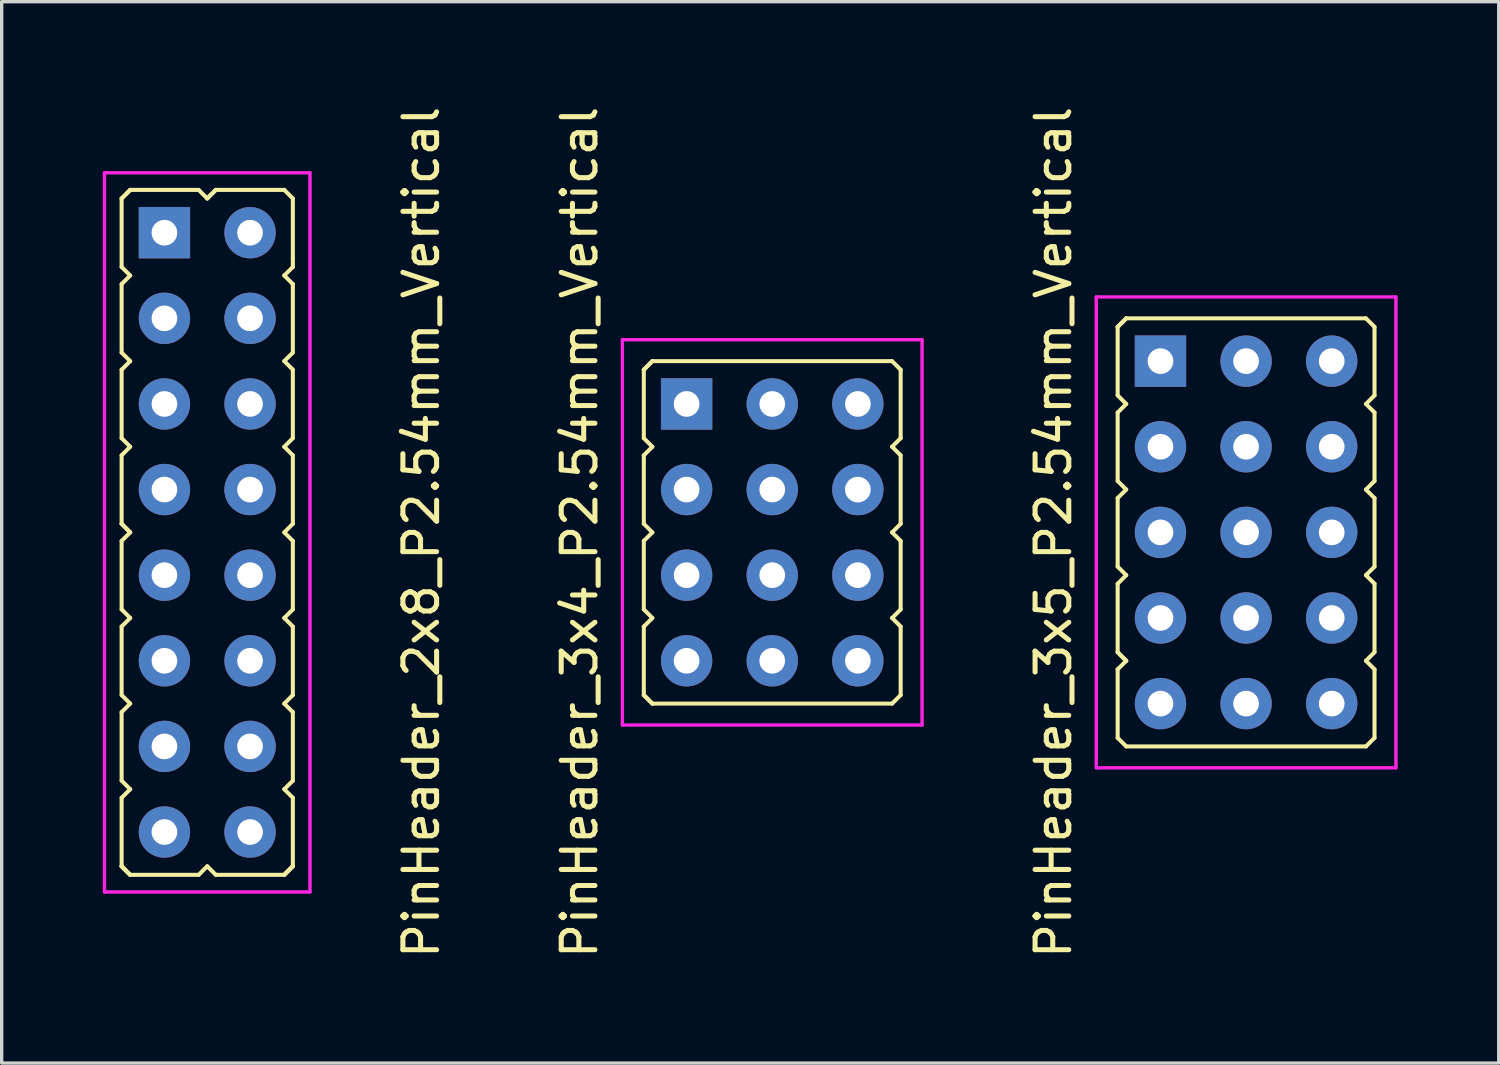
<source format=kicad_pcb>
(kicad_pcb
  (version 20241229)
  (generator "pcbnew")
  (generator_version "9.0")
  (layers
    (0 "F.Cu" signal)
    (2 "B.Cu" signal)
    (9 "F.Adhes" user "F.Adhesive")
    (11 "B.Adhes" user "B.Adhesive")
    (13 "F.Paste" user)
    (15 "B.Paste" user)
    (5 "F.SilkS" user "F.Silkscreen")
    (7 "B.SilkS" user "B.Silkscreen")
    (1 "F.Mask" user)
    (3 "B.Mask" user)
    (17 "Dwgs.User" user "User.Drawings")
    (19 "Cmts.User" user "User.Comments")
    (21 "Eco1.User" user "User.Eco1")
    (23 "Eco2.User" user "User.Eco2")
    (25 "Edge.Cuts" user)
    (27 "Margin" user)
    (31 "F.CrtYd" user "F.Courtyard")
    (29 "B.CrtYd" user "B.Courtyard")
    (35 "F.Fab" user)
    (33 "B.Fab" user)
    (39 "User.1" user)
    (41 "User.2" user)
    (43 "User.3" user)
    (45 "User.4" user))
  (footprint "PinHeader_3x5_P2.54mm_Vertical"
    (layer "F.Cu")
    (at 33.918 12.744)
    (property "Reference" "PinHeader_3x5_P2.54mm_Vertical" (at -5.715 0 270) (layer "F.SilkS") (effects (font (size 1 1) (thickness 0.15))))
    (attr through_hole)
    (fp_line (start -3.81 -6.096) (end -3.556 -6.35) (stroke (width 0.12) (type solid)) (layer "F.SilkS"))
    (fp_line (start -3.81 -6.096) (end -3.556 -6.35) (stroke (width 0.12) (type solid)) (layer "F.SilkS"))
    (fp_line (start -3.81 -4.064) (end -3.81 -6.096) (stroke (width 0.12) (type solid)) (layer "F.SilkS"))
    (fp_line (start -3.81 -3.556) (end -3.556 -3.81) (stroke (width 0.12) (type solid)) (layer "F.SilkS"))
    (fp_line (start -3.81 -1.524) (end -3.81 -3.556) (stroke (width 0.12) (type solid)) (layer "F.SilkS"))
    (fp_line (start -3.81 -1.016) (end -3.556 -1.27) (stroke (width 0.12) (type solid)) (layer "F.SilkS"))
    (fp_line (start -3.81 1.016) (end -3.81 -1.016) (stroke (width 0.12) (type solid)) (layer "F.SilkS"))
    (fp_line (start -3.81 1.524) (end -3.556 1.27) (stroke (width 0.12) (type solid)) (layer "F.SilkS"))
    (fp_line (start -3.81 3.556) (end -3.81 1.524) (stroke (width 0.12) (type solid)) (layer "F.SilkS"))
    (fp_line (start -3.81 4.064) (end -3.556 3.81) (stroke (width 0.12) (type solid)) (layer "F.SilkS"))
    (fp_line (start -3.81 6.096) (end -3.81 4.064) (stroke (width 0.12) (type solid)) (layer "F.SilkS"))
    (fp_line (start -3.556 -3.81) (end -3.81 -4.064) (stroke (width 0.12) (type solid)) (layer "F.SilkS"))
    (fp_line (start -3.556 -1.27) (end -3.81 -1.524) (stroke (width 0.12) (type solid)) (layer "F.SilkS"))
    (fp_line (start -3.556 1.27) (end -3.81 1.016) (stroke (width 0.12) (type solid)) (layer "F.SilkS"))
    (fp_line (start -3.556 3.81) (end -3.81 3.556) (stroke (width 0.12) (type solid)) (layer "F.SilkS"))
    (fp_line (start -3.556 3.81) (end -3.81 3.556) (stroke (width 0.12) (type solid)) (layer "F.SilkS"))
    (fp_line (start -3.556 6.35) (end -3.81 6.096) (stroke (width 0.12) (type solid)) (layer "F.SilkS"))
    (fp_line (start -3.556 6.35) (end 3.556 6.35) (stroke (width 0.12) (type solid)) (layer "F.SilkS"))
    (fp_line (start 3.549 -6.35) (end -3.556 -6.35) (stroke (width 0.12) (type solid)) (layer "F.SilkS"))
    (fp_line (start 3.556 -3.81) (end 3.81 -3.556) (stroke (width 0.12) (type solid)) (layer "F.SilkS"))
    (fp_line (start 3.556 -1.27) (end 3.81 -1.016) (stroke (width 0.12) (type solid)) (layer "F.SilkS"))
    (fp_line (start 3.556 1.27) (end 3.81 1.524) (stroke (width 0.12) (type solid)) (layer "F.SilkS"))
    (fp_line (start 3.556 3.81) (end 3.81 4.064) (stroke (width 0.12) (type solid)) (layer "F.SilkS"))
    (fp_line (start 3.81 -6.096) (end 3.556 -6.35) (stroke (width 0.12) (type solid)) (layer "F.SilkS"))
    (fp_line (start 3.81 -6.096) (end 3.81 -4.064) (stroke (width 0.12) (type solid)) (layer "F.SilkS"))
    (fp_line (start 3.81 -4.064) (end 3.556 -3.81) (stroke (width 0.12) (type solid)) (layer "F.SilkS"))
    (fp_line (start 3.81 -3.556) (end 3.81 -1.524) (stroke (width 0.12) (type solid)) (layer "F.SilkS"))
    (fp_line (start 3.81 -1.524) (end 3.556 -1.27) (stroke (width 0.12) (type solid)) (layer "F.SilkS"))
    (fp_line (start 3.81 -1.016) (end 3.81 1.016) (stroke (width 0.12) (type solid)) (layer "F.SilkS"))
    (fp_line (start 3.81 1.016) (end 3.556 1.27) (stroke (width 0.12) (type solid)) (layer "F.SilkS"))
    (fp_line (start 3.81 1.524) (end 3.81 3.556) (stroke (width 0.12) (type solid)) (layer "F.SilkS"))
    (fp_line (start 3.81 3.556) (end 3.556 3.81) (stroke (width 0.12) (type solid)) (layer "F.SilkS"))
    (fp_line (start 3.81 4.064) (end 3.81 6.096) (stroke (width 0.12) (type solid)) (layer "F.SilkS"))
    (fp_line (start 3.81 6.096) (end 3.556 6.35) (stroke (width 0.12) (type solid)) (layer "F.SilkS"))
    (fp_line (start -4.445 6.985) (end -4.445 -6.985) (stroke (width 0.1) (type solid)) (layer "F.CrtYd"))
    (fp_line (start 4.445 -6.985) (end -4.445 -6.985) (stroke (width 0.1) (type solid)) (layer "F.CrtYd"))
    (fp_line (start 4.445 -6.985) (end 4.445 6.985) (stroke (width 0.1) (type solid)) (layer "F.CrtYd"))
    (fp_line (start 4.445 6.985) (end -4.445 6.985) (stroke (width 0.1) (type solid)) (layer "F.CrtYd"))
    (pad "1" thru_hole rect (at -2.54 -5.08) (size 1.524 1.524) (drill 0.762) (layers "*.Cu" "*.Mask"))
    (pad "2" thru_hole oval (at -2.54 -2.54) (size 1.524 1.524) (drill 0.762) (layers "*.Cu" "*.Mask"))
    (pad "3" thru_hole oval (at -2.54 0) (size 1.524 1.524) (drill 0.762) (layers "*.Cu" "*.Mask"))
    (pad "4" thru_hole oval (at -2.54 2.54) (size 1.524 1.524) (drill 0.762) (layers "*.Cu" "*.Mask"))
    (pad "5" thru_hole oval (at -2.54 5.08) (size 1.524 1.524) (drill 0.762) (layers "*.Cu" "*.Mask"))
    (pad "6" thru_hole oval (at 0 -5.08) (size 1.524 1.524) (drill 0.762) (layers "*.Cu" "*.Mask"))
    (pad "7" thru_hole oval (at 0 -2.54) (size 1.524 1.524) (drill 0.762) (layers "*.Cu" "*.Mask"))
    (pad "8" thru_hole oval (at 0 0) (size 1.524 1.524) (drill 0.762) (layers "*.Cu" "*.Mask"))
    (pad "9" thru_hole oval (at 0 2.54) (size 1.524 1.524) (drill 0.762) (layers "*.Cu" "*.Mask"))
    (pad "10" thru_hole oval (at 0 5.08) (size 1.524 1.524) (drill 0.762) (layers "*.Cu" "*.Mask"))
    (pad "11" thru_hole oval (at 2.54 -5.08) (size 1.524 1.524) (drill 0.762) (layers "*.Cu" "*.Mask"))
    (pad "12" thru_hole oval (at 2.54 -2.54) (size 1.524 1.524) (drill 0.762) (layers "*.Cu" "*.Mask"))
    (pad "13" thru_hole oval (at 2.54 0) (size 1.524 1.524) (drill 0.762) (layers "*.Cu" "*.Mask"))
    (pad "14" thru_hole oval (at 2.54 2.54) (size 1.524 1.524) (drill 0.762) (layers "*.Cu" "*.Mask"))
    (pad "15" thru_hole oval (at 2.54 5.08) (size 1.524 1.524) (drill 0.762) (layers "*.Cu" "*.Mask")))
  (footprint "PinHeader_2x8_P2.54mm_Vertical"
    (layer "F.Cu")
    (at 3.098 12.744)
    (property "Reference" "PinHeader_2x8_P2.54mm_Vertical" (at 6.35 0 90) (layer "F.SilkS") (effects (font (size 1 1) (thickness 0.15))))
    (attr through_hole)
    (fp_line (start -2.54 -9.906) (end -2.286 -10.16) (stroke (width 0.12) (type solid)) (layer "F.SilkS"))
    (fp_line (start -2.54 -9.906) (end -2.286 -10.16) (stroke (width 0.12) (type solid)) (layer "F.SilkS"))
    (fp_line (start -2.54 -7.874) (end -2.54 -9.906) (stroke (width 0.12) (type solid)) (layer "F.SilkS"))
    (fp_line (start -2.54 -7.366) (end -2.286 -7.62) (stroke (width 0.12) (type solid)) (layer "F.SilkS"))
    (fp_line (start -2.54 -5.334) (end -2.54 -7.366) (stroke (width 0.12) (type solid)) (layer "F.SilkS"))
    (fp_line (start -2.54 -4.826) (end -2.286 -5.08) (stroke (width 0.12) (type solid)) (layer "F.SilkS"))
    (fp_line (start -2.54 -2.794) (end -2.54 -4.826) (stroke (width 0.12) (type solid)) (layer "F.SilkS"))
    (fp_line (start -2.54 -2.286) (end -2.286 -2.54) (stroke (width 0.12) (type solid)) (layer "F.SilkS"))
    (fp_line (start -2.54 -0.254) (end -2.54 -2.286) (stroke (width 0.12) (type solid)) (layer "F.SilkS"))
    (fp_line (start -2.54 0.254) (end -2.286 0) (stroke (width 0.12) (type solid)) (layer "F.SilkS"))
    (fp_line (start -2.54 2.286) (end -2.54 0.254) (stroke (width 0.12) (type solid)) (layer "F.SilkS"))
    (fp_line (start -2.54 2.286) (end -2.286 2.54) (stroke (width 0.12) (type solid)) (layer "F.SilkS"))
    (fp_line (start -2.54 2.794) (end -2.54 4.826) (stroke (width 0.12) (type solid)) (layer "F.SilkS"))
    (fp_line (start -2.54 2.794) (end -2.286 2.54) (stroke (width 0.12) (type solid)) (layer "F.SilkS"))
    (fp_line (start -2.54 5.334) (end -2.54 7.366) (stroke (width 0.12) (type solid)) (layer "F.SilkS"))
    (fp_line (start -2.54 5.334) (end -2.286 5.08) (stroke (width 0.12) (type solid)) (layer "F.SilkS"))
    (fp_line (start -2.54 9.906) (end -2.54 7.874) (stroke (width 0.12) (type solid)) (layer "F.SilkS"))
    (fp_line (start -2.286 -7.62) (end -2.54 -7.874) (stroke (width 0.12) (type solid)) (layer "F.SilkS"))
    (fp_line (start -2.286 -5.08) (end -2.54 -5.334) (stroke (width 0.12) (type solid)) (layer "F.SilkS"))
    (fp_line (start -2.286 -2.54) (end -2.54 -2.794) (stroke (width 0.12) (type solid)) (layer "F.SilkS"))
    (fp_line (start -2.286 0) (end -2.54 -0.254) (stroke (width 0.12) (type solid)) (layer "F.SilkS"))
    (fp_line (start -2.286 0) (end -2.54 -0.254) (stroke (width 0.12) (type solid)) (layer "F.SilkS"))
    (fp_line (start -2.286 5.08) (end -2.54 4.826) (stroke (width 0.12) (type solid)) (layer "F.SilkS"))
    (fp_line (start -2.286 7.62) (end -2.54 7.366) (stroke (width 0.12) (type solid)) (layer "F.SilkS"))
    (fp_line (start -2.286 7.62) (end -2.54 7.874) (stroke (width 0.12) (type solid)) (layer "F.SilkS"))
    (fp_line (start -2.286 10.159) (end -2.54 9.905) (stroke (width 0.12) (type solid)) (layer "F.SilkS"))
    (fp_line (start -2.286 10.16) (end -2.54 9.906) (stroke (width 0.12) (type solid)) (layer "F.SilkS"))
    (fp_line (start -2.286 10.16) (end -2.54 9.906) (stroke (width 0.12) (type solid)) (layer "F.SilkS"))
    (fp_line (start -2.286 10.16) (end -0.254 10.16) (stroke (width 0.12) (type solid)) (layer "F.SilkS"))
    (fp_line (start -0.254 -10.16) (end -2.286 -10.16) (stroke (width 0.12) (type solid)) (layer "F.SilkS"))
    (fp_line (start -0.254 10.16) (end 0 9.906) (stroke (width 0.12) (type solid)) (layer "F.SilkS"))
    (fp_line (start 0 -9.906) (end -0.254 -10.16) (stroke (width 0.12) (type solid)) (layer "F.SilkS"))
    (fp_line (start 0 -9.906) (end 0.254 -10.16) (stroke (width 0.12) (type solid)) (layer "F.SilkS"))
    (fp_line (start 0 -9.906) (end 0.254 -10.16) (stroke (width 0.12) (type solid)) (layer "F.SilkS"))
    (fp_line (start 0.254 10.16) (end 0 9.906) (stroke (width 0.12) (type solid)) (layer "F.SilkS"))
    (fp_line (start 0.254 10.16) (end 2.286 10.16) (stroke (width 0.12) (type solid)) (layer "F.SilkS"))
    (fp_line (start 2.286 -10.16) (end 0.254 -10.16) (stroke (width 0.12) (type solid)) (layer "F.SilkS"))
    (fp_line (start 2.286 -7.62) (end 2.54 -7.366) (stroke (width 0.12) (type solid)) (layer "F.SilkS"))
    (fp_line (start 2.286 -5.08) (end 2.54 -4.826) (stroke (width 0.12) (type solid)) (layer "F.SilkS"))
    (fp_line (start 2.286 -2.54) (end 2.54 -2.286) (stroke (width 0.12) (type solid)) (layer "F.SilkS"))
    (fp_line (start 2.286 0) (end 2.54 0.254) (stroke (width 0.12) (type solid)) (layer "F.SilkS"))
    (fp_line (start 2.286 5.08) (end 2.54 4.826) (stroke (width 0.12) (type solid)) (layer "F.SilkS"))
    (fp_line (start 2.286 7.62) (end 2.54 7.366) (stroke (width 0.12) (type solid)) (layer "F.SilkS"))
    (fp_line (start 2.286 7.62) (end 2.54 7.874) (stroke (width 0.12) (type solid)) (layer "F.SilkS"))
    (fp_line (start 2.286 10.16) (end 2.54 9.906) (stroke (width 0.12) (type solid)) (layer "F.SilkS"))
    (fp_line (start 2.54 -9.906) (end 2.286 -10.16) (stroke (width 0.12) (type solid)) (layer "F.SilkS"))
    (fp_line (start 2.54 -9.906) (end 2.54 -8.128) (stroke (width 0.12) (type solid)) (layer "F.SilkS"))
    (fp_line (start 2.54 -8.128) (end 2.54 -7.874) (stroke (width 0.12) (type solid)) (layer "F.SilkS"))
    (fp_line (start 2.54 -7.874) (end 2.286 -7.62) (stroke (width 0.12) (type solid)) (layer "F.SilkS"))
    (fp_line (start 2.54 -7.366) (end 2.54 -5.334) (stroke (width 0.12) (type solid)) (layer "F.SilkS"))
    (fp_line (start 2.54 -5.334) (end 2.286 -5.08) (stroke (width 0.12) (type solid)) (layer "F.SilkS"))
    (fp_line (start 2.54 -4.826) (end 2.54 -2.794) (stroke (width 0.12) (type solid)) (layer "F.SilkS"))
    (fp_line (start 2.54 -2.794) (end 2.286 -2.54) (stroke (width 0.12) (type solid)) (layer "F.SilkS"))
    (fp_line (start 2.54 -2.286) (end 2.54 -0.254) (stroke (width 0.12) (type solid)) (layer "F.SilkS"))
    (fp_line (start 2.54 -0.254) (end 2.286 0) (stroke (width 0.12) (type solid)) (layer "F.SilkS"))
    (fp_line (start 2.54 0.254) (end 2.54 2.286) (stroke (width 0.12) (type solid)) (layer "F.SilkS"))
    (fp_line (start 2.54 2.286) (end 2.286 2.54) (stroke (width 0.12) (type solid)) (layer "F.SilkS"))
    (fp_line (start 2.54 2.794) (end 2.286 2.54) (stroke (width 0.12) (type solid)) (layer "F.SilkS"))
    (fp_line (start 2.54 2.794) (end 2.54 4.826) (stroke (width 0.12) (type solid)) (layer "F.SilkS"))
    (fp_line (start 2.54 5.334) (end 2.286 5.08) (stroke (width 0.12) (type solid)) (layer "F.SilkS"))
    (fp_line (start 2.54 5.334) (end 2.54 7.366) (stroke (width 0.12) (type solid)) (layer "F.SilkS"))
    (fp_line (start 2.54 7.874) (end 2.54 9.906) (stroke (width 0.12) (type solid)) (layer "F.SilkS"))
    (fp_line (start 2.54 9.901) (end 2.286 10.155) (stroke (width 0.12) (type solid)) (layer "F.SilkS"))
    (fp_line (start 2.54 9.906) (end 2.286 10.16) (stroke (width 0.12) (type solid)) (layer "F.SilkS"))
    (fp_line (start -3.048 -10.668) (end 3.048 -10.668) (stroke (width 0.1) (type solid)) (layer "F.CrtYd"))
    (fp_line (start -3.048 10.668) (end -3.048 -10.668) (stroke (width 0.1) (type solid)) (layer "F.CrtYd"))
    (fp_line (start -3.048 10.668) (end 3.048 10.668) (stroke (width 0.1) (type solid)) (layer "F.CrtYd"))
    (fp_line (start 3.048 -10.668) (end 3.048 10.668) (stroke (width 0.1) (type solid)) (layer "F.CrtYd"))
    (pad "1" thru_hole rect (at -1.27 -8.89) (size 1.524 1.524) (drill 0.762) (layers "*.Cu" "*.Mask"))
    (pad "2" thru_hole circle (at 1.27 -8.89) (size 1.524 1.524) (drill 0.762) (layers "*.Cu" "*.Mask"))
    (pad "3" thru_hole oval (at -1.27 -6.35) (size 1.524 1.524) (drill 0.762) (layers "*.Cu" "*.Mask"))
    (pad "4" thru_hole oval (at 1.27 -6.35) (size 1.524 1.524) (drill 0.762) (layers "*.Cu" "*.Mask"))
    (pad "5" thru_hole oval (at -1.27 -3.81) (size 1.524 1.524) (drill 0.762) (layers "*.Cu" "*.Mask"))
    (pad "6" thru_hole oval (at 1.27 -3.81) (size 1.524 1.524) (drill 0.762) (layers "*.Cu" "*.Mask"))
    (pad "7" thru_hole oval (at -1.27 -1.27) (size 1.524 1.524) (drill 0.762) (layers "*.Cu" "*.Mask"))
    (pad "8" thru_hole oval (at 1.27 -1.27) (size 1.524 1.524) (drill 0.762) (layers "*.Cu" "*.Mask"))
    (pad "9" thru_hole oval (at -1.27 1.27) (size 1.524 1.524) (drill 0.762) (layers "*.Cu" "*.Mask"))
    (pad "10" thru_hole oval (at 1.27 1.27) (size 1.524 1.524) (drill 0.762) (layers "*.Cu" "*.Mask"))
    (pad "11" thru_hole oval (at -1.27 3.81) (size 1.524 1.524) (drill 0.762) (layers "*.Cu" "*.Mask"))
    (pad "12" thru_hole oval (at 1.27 3.81) (size 1.524 1.524) (drill 0.762) (layers "*.Cu" "*.Mask"))
    (pad "13" thru_hole oval (at -1.27 6.35) (size 1.524 1.524) (drill 0.762) (layers "*.Cu" "*.Mask"))
    (pad "14" thru_hole oval (at 1.27 6.35) (size 1.524 1.524) (drill 0.762) (layers "*.Cu" "*.Mask"))
    (pad "15" thru_hole oval (at -1.27 8.89) (size 1.524 1.524) (drill 0.762) (layers "*.Cu" "*.Mask"))
    (pad "16" thru_hole oval (at 1.27 8.89) (size 1.524 1.524) (drill 0.762) (layers "*.Cu" "*.Mask")))
  (footprint "PinHeader_3x4_P2.54mm_Vertical"
    (layer "F.Cu")
    (at 19.86 12.744)
    (property "Reference" "PinHeader_3x4_P2.54mm_Vertical" (at -5.715 0 90) (layer "F.SilkS") (effects (font (size 1 1) (thickness 0.15))))
    (attr through_hole)
    (fp_line (start -3.81 -4.826) (end -3.556 -5.08) (stroke (width 0.12) (type solid)) (layer "F.SilkS"))
    (fp_line (start -3.81 -4.826) (end -3.556 -5.08) (stroke (width 0.12) (type solid)) (layer "F.SilkS"))
    (fp_line (start -3.81 -2.794) (end -3.81 -4.826) (stroke (width 0.12) (type solid)) (layer "F.SilkS"))
    (fp_line (start -3.81 -2.286) (end -3.556 -2.54) (stroke (width 0.12) (type solid)) (layer "F.SilkS"))
    (fp_line (start -3.81 -0.254) (end -3.81 -2.286) (stroke (width 0.12) (type solid)) (layer "F.SilkS"))
    (fp_line (start -3.81 0.254) (end -3.556 0) (stroke (width 0.12) (type solid)) (layer "F.SilkS"))
    (fp_line (start -3.81 2.286) (end -3.81 0.254) (stroke (width 0.12) (type solid)) (layer "F.SilkS"))
    (fp_line (start -3.81 2.794) (end -3.556 2.54) (stroke (width 0.12) (type solid)) (layer "F.SilkS"))
    (fp_line (start -3.81 4.826) (end -3.81 2.794) (stroke (width 0.12) (type solid)) (layer "F.SilkS"))
    (fp_line (start -3.556 -2.54) (end -3.81 -2.794) (stroke (width 0.12) (type solid)) (layer "F.SilkS"))
    (fp_line (start -3.556 0) (end -3.81 -0.254) (stroke (width 0.12) (type solid)) (layer "F.SilkS"))
    (fp_line (start -3.556 2.54) (end -3.81 2.286) (stroke (width 0.12) (type solid)) (layer "F.SilkS"))
    (fp_line (start -3.556 5.08) (end -3.81 4.826) (stroke (width 0.12) (type solid)) (layer "F.SilkS"))
    (fp_line (start -3.556 5.08) (end -3.81 4.826) (stroke (width 0.12) (type solid)) (layer "F.SilkS"))
    (fp_line (start -3.556 5.08) (end 3.556 5.08) (stroke (width 0.12) (type solid)) (layer "F.SilkS"))
    (fp_line (start 3.549 -5.08) (end -3.556 -5.08) (stroke (width 0.12) (type solid)) (layer "F.SilkS"))
    (fp_line (start 3.556 -2.54) (end 3.81 -2.286) (stroke (width 0.12) (type solid)) (layer "F.SilkS"))
    (fp_line (start 3.556 0) (end 3.81 0.254) (stroke (width 0.12) (type solid)) (layer "F.SilkS"))
    (fp_line (start 3.556 2.54) (end 3.81 2.794) (stroke (width 0.12) (type solid)) (layer "F.SilkS"))
    (fp_line (start 3.81 -4.826) (end 3.556 -5.08) (stroke (width 0.12) (type solid)) (layer "F.SilkS"))
    (fp_line (start 3.81 -4.826) (end 3.81 -2.794) (stroke (width 0.12) (type solid)) (layer "F.SilkS"))
    (fp_line (start 3.81 -2.794) (end 3.556 -2.54) (stroke (width 0.12) (type solid)) (layer "F.SilkS"))
    (fp_line (start 3.81 -2.286) (end 3.81 -0.254) (stroke (width 0.12) (type solid)) (layer "F.SilkS"))
    (fp_line (start 3.81 -0.254) (end 3.556 0) (stroke (width 0.12) (type solid)) (layer "F.SilkS"))
    (fp_line (start 3.81 0.254) (end 3.81 2.286) (stroke (width 0.12) (type solid)) (layer "F.SilkS"))
    (fp_line (start 3.81 2.286) (end 3.556 2.54) (stroke (width 0.12) (type solid)) (layer "F.SilkS"))
    (fp_line (start 3.81 2.794) (end 3.81 4.826) (stroke (width 0.12) (type solid)) (layer "F.SilkS"))
    (fp_line (start 3.81 4.826) (end 3.556 5.08) (stroke (width 0.12) (type solid)) (layer "F.SilkS"))
    (fp_line (start -4.445 5.715) (end -4.445 -5.715) (stroke (width 0.1) (type solid)) (layer "F.CrtYd"))
    (fp_line (start 4.445 -5.715) (end -4.445 -5.715) (stroke (width 0.1) (type solid)) (layer "F.CrtYd"))
    (fp_line (start 4.445 -5.715) (end 4.445 5.715) (stroke (width 0.1) (type solid)) (layer "F.CrtYd"))
    (fp_line (start 4.445 5.715) (end -4.445 5.715) (stroke (width 0.1) (type solid)) (layer "F.CrtYd"))
    (pad "1" thru_hole rect (at -2.54 -3.81) (size 1.524 1.524) (drill 0.762) (layers "*.Cu" "*.Mask"))
    (pad "2" thru_hole oval (at -2.54 -1.27) (size 1.524 1.524) (drill 0.762) (layers "*.Cu" "*.Mask"))
    (pad "3" thru_hole oval (at -2.54 1.27) (size 1.524 1.524) (drill 0.762) (layers "*.Cu" "*.Mask"))
    (pad "4" thru_hole oval (at -2.54 3.81) (size 1.524 1.524) (drill 0.762) (layers "*.Cu" "*.Mask"))
    (pad "5" thru_hole oval (at 0 -3.81) (size 1.524 1.524) (drill 0.762) (layers "*.Cu" "*.Mask"))
    (pad "6" thru_hole oval (at 0 -1.27) (size 1.524 1.524) (drill 0.762) (layers "*.Cu" "*.Mask"))
    (pad "7" thru_hole oval (at 0 1.27) (size 1.524 1.524) (drill 0.762) (layers "*.Cu" "*.Mask"))
    (pad "8" thru_hole oval (at 0 3.81) (size 1.524 1.524) (drill 0.762) (layers "*.Cu" "*.Mask"))
    (pad "9" thru_hole oval (at 2.54 -3.81) (size 1.524 1.524) (drill 0.762) (layers "*.Cu" "*.Mask"))
    (pad "10" thru_hole oval (at 2.54 -1.27) (size 1.524 1.524) (drill 0.762) (layers "*.Cu" "*.Mask"))
    (pad "11" thru_hole oval (at 2.54 1.27) (size 1.524 1.524) (drill 0.762) (layers "*.Cu" "*.Mask"))
    (pad "12" thru_hole oval (at 2.54 3.81) (size 1.524 1.524) (drill 0.762) (layers "*.Cu" "*.Mask")))
  (gr_rect
    (start -3 -3)
    (end 41.413 28.488)
    (stroke (width 0.1) (type default))
    (fill no)
    (layer "Edge.Cuts")))
</source>
